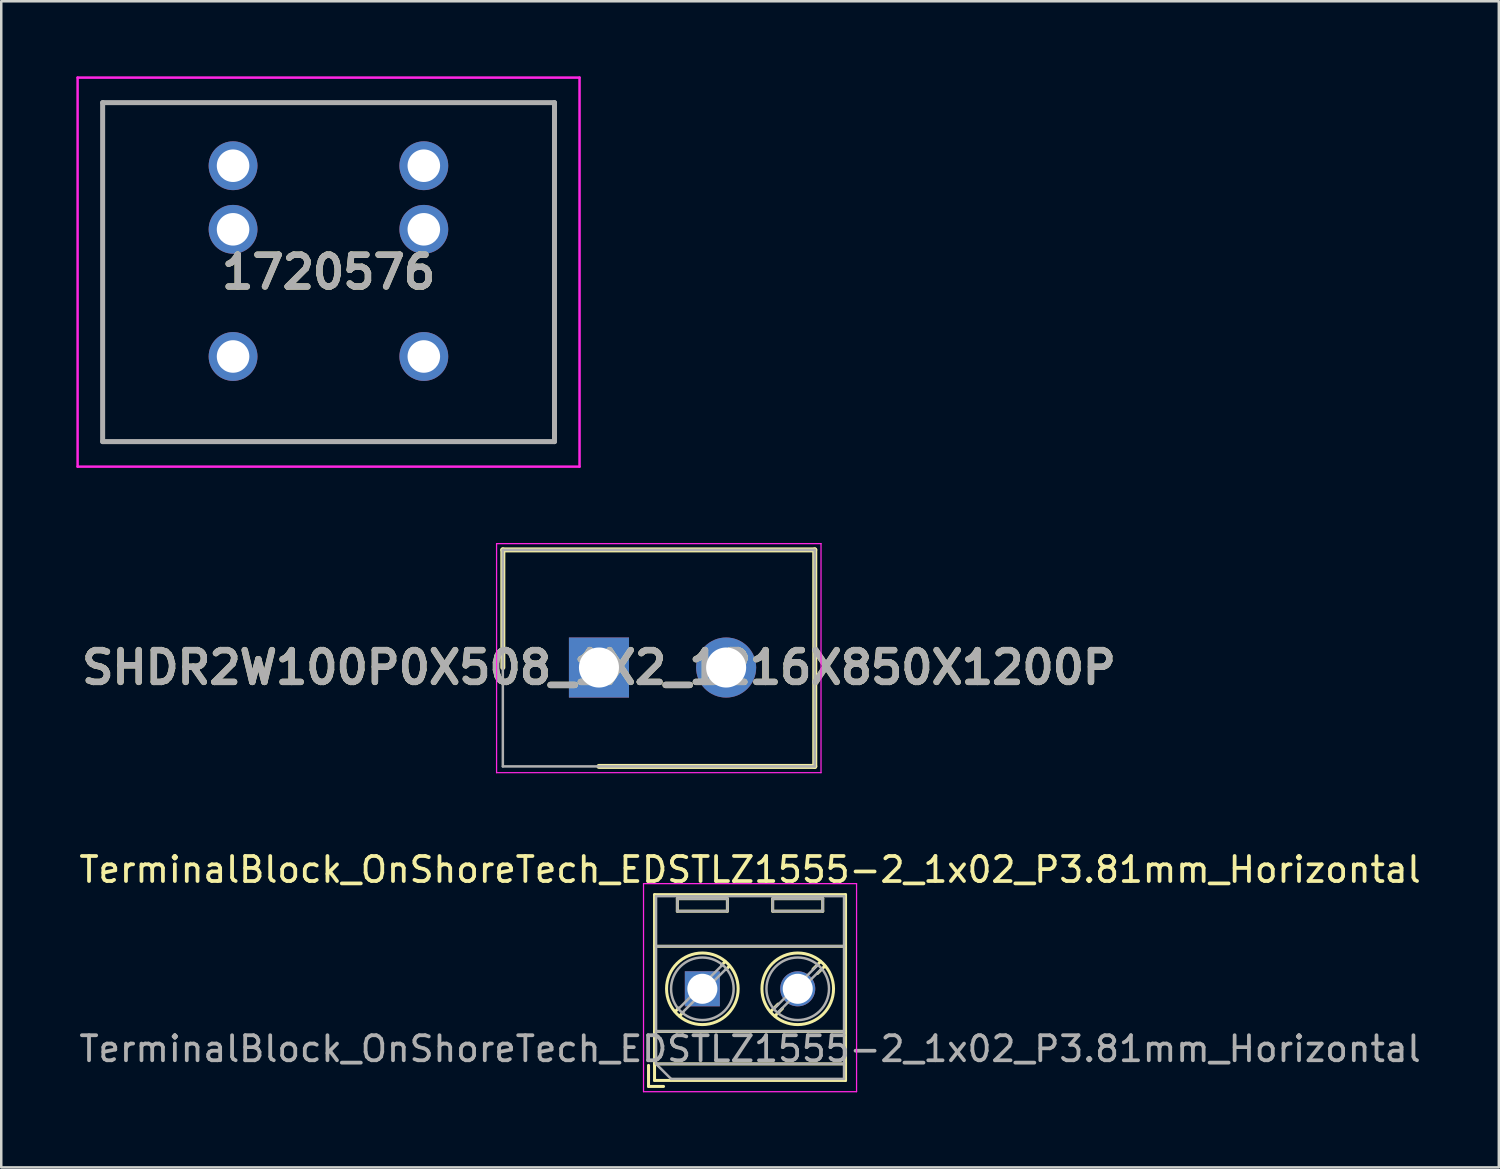
<source format=kicad_pcb>
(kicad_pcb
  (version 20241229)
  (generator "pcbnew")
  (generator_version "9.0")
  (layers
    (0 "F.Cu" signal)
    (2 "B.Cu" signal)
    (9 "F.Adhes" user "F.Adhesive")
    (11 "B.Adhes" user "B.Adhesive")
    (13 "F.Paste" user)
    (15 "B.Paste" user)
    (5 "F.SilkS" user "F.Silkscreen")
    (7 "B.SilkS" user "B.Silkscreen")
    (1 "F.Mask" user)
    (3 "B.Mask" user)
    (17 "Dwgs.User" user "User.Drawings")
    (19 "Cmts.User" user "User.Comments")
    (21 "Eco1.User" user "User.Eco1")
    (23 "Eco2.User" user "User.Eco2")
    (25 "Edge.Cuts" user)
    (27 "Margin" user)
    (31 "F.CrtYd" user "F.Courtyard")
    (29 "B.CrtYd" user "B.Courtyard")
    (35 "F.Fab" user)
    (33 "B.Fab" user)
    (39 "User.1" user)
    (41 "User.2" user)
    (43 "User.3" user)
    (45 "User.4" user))
  (footprint "TerminalBlock_OnShoreTech_EDSTLZ1555-2_1x02_P3.81mm_Horizontal"
    (layer "F.Cu")
    (at 25.006 36.448)
    (property "Reference" "TerminalBlock_OnShoreTech_EDSTLZ1555-2_1x02_P3.81mm_Horizontal" (at 1.905 -4.76 0) (layer "F.SilkS") (effects (font (size 1 1) (thickness 0.15))))
    (attr through_hole)
    (fp_line (start -2.15 3.06) (end -2.15 3.9) (stroke (width 0.12) (type solid)) (layer "F.SilkS"))
    (fp_line (start -2.15 3.9) (end -1.55 3.9) (stroke (width 0.12) (type solid)) (layer "F.SilkS"))
    (fp_line (start -1.91 -3.76) (end -1.91 3.66) (stroke (width 0.12) (type solid)) (layer "F.SilkS"))
    (fp_line (start -1.91 -3.76) (end 5.72 -3.76) (stroke (width 0.12) (type solid)) (layer "F.SilkS"))
    (fp_line (start -1.91 -1.7) (end 5.72 -1.7) (stroke (width 0.12) (type solid)) (layer "F.SilkS"))
    (fp_line (start -1.91 1.701) (end 5.72 1.701) (stroke (width 0.12) (type solid)) (layer "F.SilkS"))
    (fp_line (start -1.91 3) (end 5.72 3) (stroke (width 0.12) (type solid)) (layer "F.SilkS"))
    (fp_line (start -1.91 3.66) (end 5.72 3.66) (stroke (width 0.12) (type solid)) (layer "F.SilkS"))
    (fp_line (start -1 -3.6) (end -1 -3.1) (stroke (width 0.12) (type solid)) (layer "F.SilkS"))
    (fp_line (start -1 -3.6) (end 1 -3.6) (stroke (width 0.12) (type solid)) (layer "F.SilkS"))
    (fp_line (start -1 -3.1) (end 1 -3.1) (stroke (width 0.12) (type solid)) (layer "F.SilkS"))
    (fp_line (start -0.946 0.771) (end -1.085 0.91) (stroke (width 0.12) (type solid)) (layer "F.SilkS"))
    (fp_line (start -0.771 0.945) (end -0.911 1.085) (stroke (width 0.12) (type solid)) (layer "F.SilkS"))
    (fp_line (start 0.911 -1.085) (end 0.771 -0.945) (stroke (width 0.12) (type solid)) (layer "F.SilkS"))
    (fp_line (start 1 -3.6) (end 1 -3.1) (stroke (width 0.12) (type solid)) (layer "F.SilkS"))
    (fp_line (start 1.085 -0.91) (end 0.945 -0.771) (stroke (width 0.12) (type solid)) (layer "F.SilkS"))
    (fp_line (start 2.81 -3.6) (end 2.81 -3.1) (stroke (width 0.12) (type solid)) (layer "F.SilkS"))
    (fp_line (start 2.81 -3.6) (end 4.81 -3.6) (stroke (width 0.12) (type solid)) (layer "F.SilkS"))
    (fp_line (start 2.81 -3.1) (end 4.81 -3.1) (stroke (width 0.12) (type solid)) (layer "F.SilkS"))
    (fp_line (start 3.025 0.611) (end 2.726 0.91) (stroke (width 0.12) (type solid)) (layer "F.SilkS"))
    (fp_line (start 3.2 0.786) (end 2.9 1.085) (stroke (width 0.12) (type solid)) (layer "F.SilkS"))
    (fp_line (start 4.721 -1.085) (end 4.421 -0.786) (stroke (width 0.12) (type solid)) (layer "F.SilkS"))
    (fp_line (start 4.81 -3.6) (end 4.81 -3.1) (stroke (width 0.12) (type solid)) (layer "F.SilkS"))
    (fp_line (start 4.895 -0.91) (end 4.596 -0.611) (stroke (width 0.12) (type solid)) (layer "F.SilkS"))
    (fp_line (start 5.72 -3.76) (end 5.72 3.66) (stroke (width 0.12) (type solid)) (layer "F.SilkS"))
    (fp_circle (center 0 0) (end 1.43 0) (stroke (width 0.12) (type solid)) (fill no) (layer "F.SilkS"))
    (fp_circle (center 3.81 0) (end 5.24 0) (stroke (width 0.12) (type solid)) (fill no) (layer "F.SilkS"))
    (fp_line (start -2.35 -4.2) (end -2.35 4.11) (stroke (width 0.05) (type solid)) (layer "F.CrtYd"))
    (fp_line (start -2.35 4.11) (end 6.16 4.11) (stroke (width 0.05) (type solid)) (layer "F.CrtYd"))
    (fp_line (start 6.16 -4.2) (end -2.35 -4.2) (stroke (width 0.05) (type solid)) (layer "F.CrtYd"))
    (fp_line (start 6.16 4.11) (end 6.16 -4.2) (stroke (width 0.05) (type solid)) (layer "F.CrtYd"))
    (fp_line (start -1.85 -3.7) (end 5.66 -3.7) (stroke (width 0.1) (type solid)) (layer "F.Fab"))
    (fp_line (start -1.85 -1.7) (end 5.66 -1.7) (stroke (width 0.1) (type solid)) (layer "F.Fab"))
    (fp_line (start -1.85 1.7) (end 5.66 1.7) (stroke (width 0.1) (type solid)) (layer "F.Fab"))
    (fp_line (start -1.85 3) (end -1.85 -3.7) (stroke (width 0.1) (type solid)) (layer "F.Fab"))
    (fp_line (start -1.85 3) (end 5.66 3) (stroke (width 0.1) (type solid)) (layer "F.Fab"))
    (fp_line (start -1.25 3.6) (end -1.85 3) (stroke (width 0.1) (type solid)) (layer "F.Fab"))
    (fp_line (start -1 -3.6) (end -1 -3.1) (stroke (width 0.1) (type solid)) (layer "F.Fab"))
    (fp_line (start -1 -3.1) (end 1 -3.1) (stroke (width 0.1) (type solid)) (layer "F.Fab"))
    (fp_line (start 0.796 -0.948) (end -0.949 0.796) (stroke (width 0.1) (type solid)) (layer "F.Fab"))
    (fp_line (start 0.949 -0.796) (end -0.796 0.948) (stroke (width 0.1) (type solid)) (layer "F.Fab"))
    (fp_line (start 1 -3.6) (end -1 -3.6) (stroke (width 0.1) (type solid)) (layer "F.Fab"))
    (fp_line (start 1 -3.1) (end 1 -3.6) (stroke (width 0.1) (type solid)) (layer "F.Fab"))
    (fp_line (start 2.81 -3.6) (end 2.81 -3.1) (stroke (width 0.1) (type solid)) (layer "F.Fab"))
    (fp_line (start 2.81 -3.1) (end 4.81 -3.1) (stroke (width 0.1) (type solid)) (layer "F.Fab"))
    (fp_line (start 4.606 -0.948) (end 2.862 0.796) (stroke (width 0.1) (type solid)) (layer "F.Fab"))
    (fp_line (start 4.759 -0.796) (end 3.015 0.948) (stroke (width 0.1) (type solid)) (layer "F.Fab"))
    (fp_line (start 4.81 -3.6) (end 2.81 -3.6) (stroke (width 0.1) (type solid)) (layer "F.Fab"))
    (fp_line (start 4.81 -3.1) (end 4.81 -3.6) (stroke (width 0.1) (type solid)) (layer "F.Fab"))
    (fp_line (start 5.66 -3.7) (end 5.66 3.6) (stroke (width 0.1) (type solid)) (layer "F.Fab"))
    (fp_line (start 5.66 3.6) (end -1.25 3.6) (stroke (width 0.1) (type solid)) (layer "F.Fab"))
    (fp_circle (center 0 0) (end 1.25 0) (stroke (width 0.1) (type solid)) (fill no) (layer "F.Fab"))
    (fp_circle (center 3.81 0) (end 5.06 0) (stroke (width 0.1) (type solid)) (fill no) (layer "F.Fab"))
    (fp_text user "${REFERENCE}" (at 1.905 2.4 0) (layer "F.Fab") (effects (font (size 1 1) (thickness 0.15))))
    (pad "1" thru_hole rect (at 0 0) (size 1.4 1.4) (drill 1.2) (layers "*.Cu" "*.Mask"))
    (pad "2" thru_hole circle (at 3.81 0) (size 1.4 1.4) (drill 1.2) (layers "*.Cu" "*.Mask")))
  (footprint "SHDR2W100P0X508_1X2_1216X850X1200P"
    (layer "F.Cu")
    (at 20.876 23.615)
    (property "Reference" "SHDR2W100P0X508_1X2_1216X850X1200P" (at 0 0 0) (layer "F.SilkS") (effects (font (size 1.27 1.27) (thickness 0.254))))
    (attr through_hole)
    (fp_line (start -3.84 -4.7) (end -3.84 0) (stroke (width 0.2) (type solid)) (layer "F.SilkS"))
    (fp_line (start 0 3.95) (end 8.62 3.95) (stroke (width 0.2) (type solid)) (layer "F.SilkS"))
    (fp_line (start 8.62 -4.7) (end -3.84 -4.7) (stroke (width 0.2) (type solid)) (layer "F.SilkS"))
    (fp_line (start 8.62 3.95) (end 8.62 -4.7) (stroke (width 0.2) (type solid)) (layer "F.SilkS"))
    (fp_line (start -4.09 -4.95) (end 8.87 -4.95) (stroke (width 0.05) (type solid)) (layer "F.CrtYd"))
    (fp_line (start -4.09 4.2) (end -4.09 -4.95) (stroke (width 0.05) (type solid)) (layer "F.CrtYd"))
    (fp_line (start 8.87 -4.95) (end 8.87 4.2) (stroke (width 0.05) (type solid)) (layer "F.CrtYd"))
    (fp_line (start 8.87 4.2) (end -4.09 4.2) (stroke (width 0.05) (type solid)) (layer "F.CrtYd"))
    (fp_line (start -3.84 -4.7) (end 8.62 -4.7) (stroke (width 0.1) (type solid)) (layer "F.Fab"))
    (fp_line (start -3.84 3.95) (end -3.84 -4.7) (stroke (width 0.1) (type solid)) (layer "F.Fab"))
    (fp_line (start 8.62 -4.7) (end 8.62 3.95) (stroke (width 0.1) (type solid)) (layer "F.Fab"))
    (fp_line (start 8.62 3.95) (end -3.84 3.95) (stroke (width 0.1) (type solid)) (layer "F.Fab"))
    (fp_text user "${REFERENCE}" (at 0 0 0) (layer "F.Fab") (effects (font (size 1.27 1.27) (thickness 0.254))))
    (pad "1" thru_hole rect (at 0 0) (size 2.4 2.4) (drill 1.6) (layers "*.Cu" "*.Mask"))
    (pad "2" thru_hole circle (at 5.08 0) (size 2.4 2.4) (drill 1.6) (layers "*.Cu" "*.Mask")))
  (footprint "1720576"
    (layer "F.Cu")
    (at 10.075 7.82)
    (property "Reference" "1720576" (at 0 0 0) (layer "F.SilkS") (effects (font (size 1.27 1.27) (thickness 0.254))))
    (attr through_hole)
    (fp_line (start -9.025 -6.77) (end 9.025 -6.77) (stroke (width 0.1) (type solid)) (layer "F.SilkS"))
    (fp_line (start -9.025 6.77) (end -9.025 -6.77) (stroke (width 0.1) (type solid)) (layer "F.SilkS"))
    (fp_line (start 9.025 -6.77) (end 9.025 6.77) (stroke (width 0.1) (type solid)) (layer "F.SilkS"))
    (fp_line (start 9.025 6.77) (end -9.025 6.77) (stroke (width 0.1) (type solid)) (layer "F.SilkS"))
    (fp_line (start -10.025 -7.77) (end 10.025 -7.77) (stroke (width 0.1) (type solid)) (layer "F.CrtYd"))
    (fp_line (start -10.025 7.77) (end -10.025 -7.77) (stroke (width 0.1) (type solid)) (layer "F.CrtYd"))
    (fp_line (start 10.025 -7.77) (end 10.025 7.77) (stroke (width 0.1) (type solid)) (layer "F.CrtYd"))
    (fp_line (start 10.025 7.77) (end -10.025 7.77) (stroke (width 0.1) (type solid)) (layer "F.CrtYd"))
    (fp_line (start -9.025 -6.77) (end 9.025 -6.77) (stroke (width 0.2) (type solid)) (layer "F.Fab"))
    (fp_line (start -9.025 6.77) (end -9.025 -6.77) (stroke (width 0.2) (type solid)) (layer "F.Fab"))
    (fp_line (start 9.025 -6.77) (end 9.025 6.77) (stroke (width 0.2) (type solid)) (layer "F.Fab"))
    (fp_line (start 9.025 6.77) (end -9.025 6.77) (stroke (width 0.2) (type solid)) (layer "F.Fab"))
    (fp_text user "${REFERENCE}" (at 0 0 0) (layer "F.Fab") (effects (font (size 1.27 1.27) (thickness 0.254))))
    (pad "1" thru_hole circle (at -3.815 3.37) (size 1.95 1.95) (drill 1.3) (layers "*.Cu" "*.Mask"))
    (pad "2" thru_hole circle (at -3.815 -1.71) (size 1.95 1.95) (drill 1.3) (layers "*.Cu" "*.Mask"))
    (pad "3" thru_hole circle (at -3.815 -4.25) (size 1.95 1.95) (drill 1.3) (layers "*.Cu" "*.Mask"))
    (pad "4" thru_hole circle (at 3.805 3.37) (size 1.95 1.95) (drill 1.3) (layers "*.Cu" "*.Mask"))
    (pad "5" thru_hole circle (at 3.805 -1.71) (size 1.95 1.95) (drill 1.3) (layers "*.Cu" "*.Mask"))
    (pad "6" thru_hole circle (at 3.805 -4.25) (size 1.95 1.95) (drill 1.3) (layers "*.Cu" "*.Mask")))
  (gr_rect
    (start -3 -3)
    (end 56.821 43.583)
    (stroke (width 0.1) (type default))
    (fill no)
    (layer "Edge.Cuts")))
</source>
